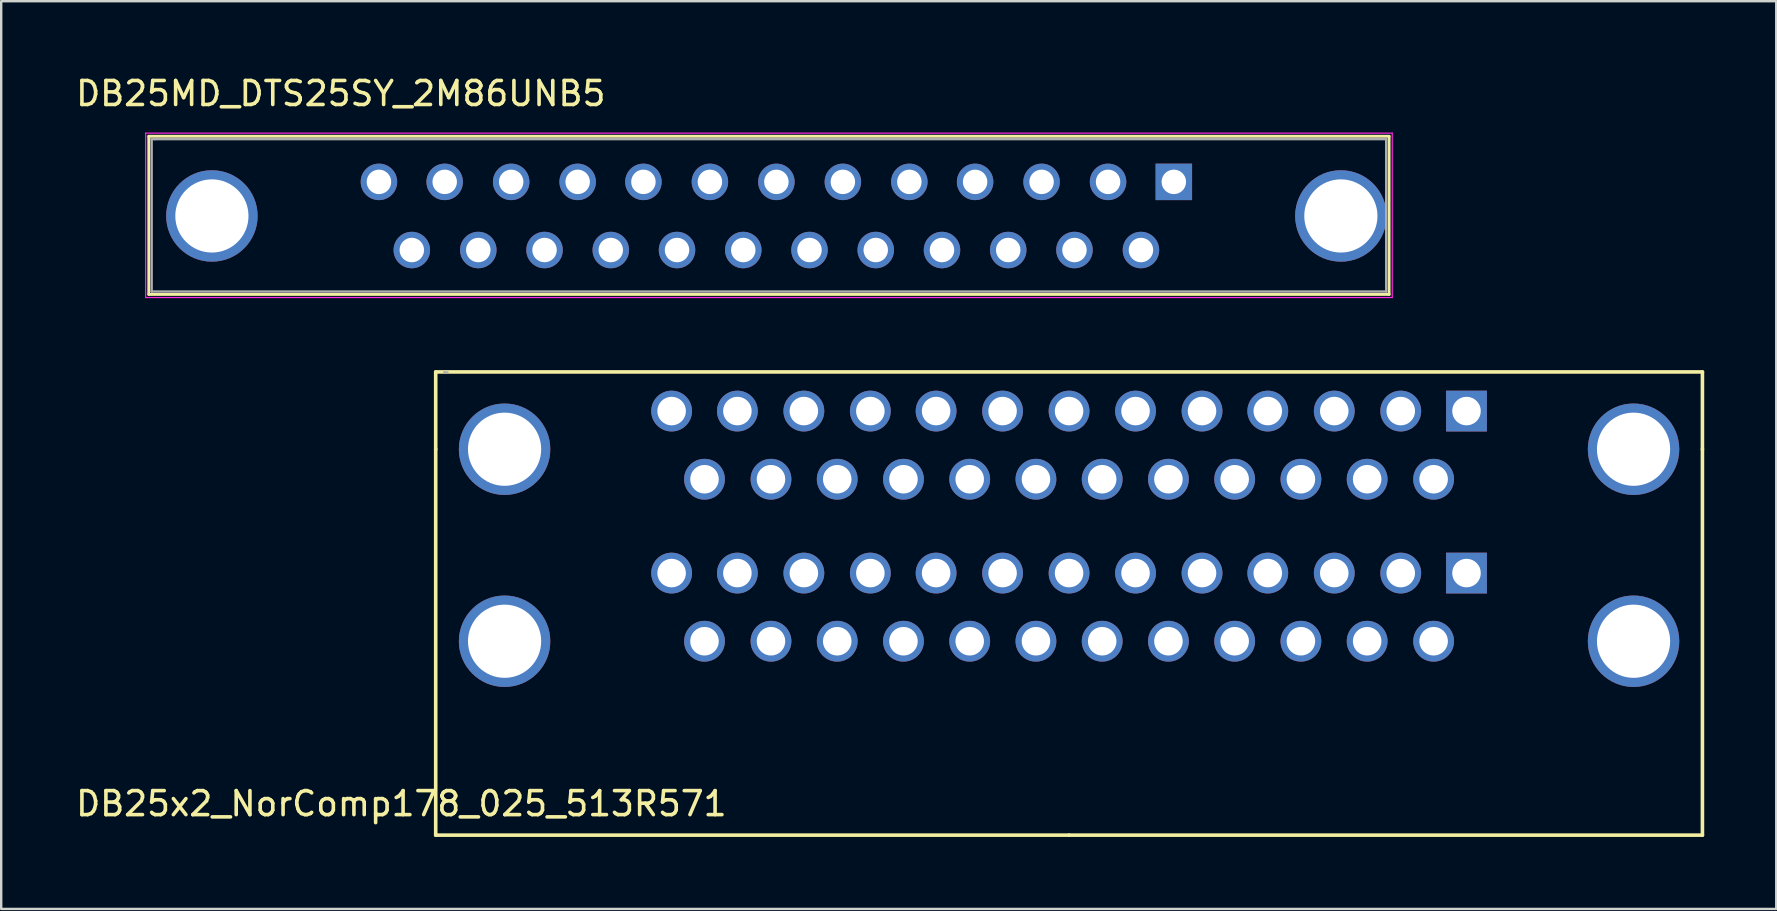
<source format=kicad_pcb>
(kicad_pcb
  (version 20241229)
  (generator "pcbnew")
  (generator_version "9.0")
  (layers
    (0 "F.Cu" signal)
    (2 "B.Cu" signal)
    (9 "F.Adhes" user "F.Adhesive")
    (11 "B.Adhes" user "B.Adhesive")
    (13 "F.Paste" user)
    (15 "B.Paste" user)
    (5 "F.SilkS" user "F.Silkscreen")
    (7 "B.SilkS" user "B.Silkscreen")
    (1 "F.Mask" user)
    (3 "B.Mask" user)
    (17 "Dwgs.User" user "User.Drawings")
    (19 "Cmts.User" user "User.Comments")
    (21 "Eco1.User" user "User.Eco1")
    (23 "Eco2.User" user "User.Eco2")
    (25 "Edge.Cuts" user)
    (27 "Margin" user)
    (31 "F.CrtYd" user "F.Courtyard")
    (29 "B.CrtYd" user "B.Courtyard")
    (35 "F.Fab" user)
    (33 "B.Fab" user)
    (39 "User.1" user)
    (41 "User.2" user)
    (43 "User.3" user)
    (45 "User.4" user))
  (footprint "DB25MD_DTS25SY_2M86UNB5"
    (layer "F.Cu")
    (at 29.299 5.948)
    (property "Reference" "DB25MD_DTS25SY_2M86UNB5" (at -18.15 -5.1 180) (layer "F.SilkS") (effects (font (size 1 1) (thickness 0.15))))
    (attr through_hole)
    (fp_line (start -26.15 -3.32) (end -26.15 3.27) (stroke (width 0.12) (type solid)) (layer "F.SilkS"))
    (fp_line (start -26.15 -3.32) (end 25.53 -3.32) (stroke (width 0.12) (type solid)) (layer "F.SilkS"))
    (fp_line (start 25.53 3.27) (end -26.15 3.27) (stroke (width 0.12) (type solid)) (layer "F.SilkS"))
    (fp_line (start 25.53 3.27) (end 25.53 -3.32) (stroke (width 0.12) (type solid)) (layer "F.SilkS"))
    (fp_line (start -26.28 -3.45) (end -26.28 3.4) (stroke (width 0.05) (type solid)) (layer "F.CrtYd"))
    (fp_line (start -26.28 -3.45) (end 25.66 -3.45) (stroke (width 0.05) (type solid)) (layer "F.CrtYd"))
    (fp_line (start 25.66 3.4) (end -26.28 3.4) (stroke (width 0.05) (type solid)) (layer "F.CrtYd"))
    (fp_line (start 25.66 3.4) (end 25.66 -3.45) (stroke (width 0.05) (type solid)) (layer "F.CrtYd"))
    (fp_line (start -26.03 -3.2) (end -26.03 -3.2) (stroke (width 0.1) (type solid)) (layer "F.Fab"))
    (fp_line (start -26.03 -3.2) (end -26.03 3.15) (stroke (width 0.1) (type solid)) (layer "F.Fab"))
    (fp_line (start -26.03 3.15) (end 25.41 3.15) (stroke (width 0.1) (type solid)) (layer "F.Fab"))
    (fp_line (start -25.9 -3.2) (end -26.03 -3.2) (stroke (width 0.1) (type solid)) (layer "F.Fab"))
    (fp_line (start 25.41 -3.2) (end -25.9 -3.2) (stroke (width 0.1) (type solid)) (layer "F.Fab"))
    (fp_line (start 25.41 3.15) (end 25.41 -3.2) (stroke (width 0.1) (type solid)) (layer "F.Fab"))
    (pad "0" thru_hole circle (at -23.52 0) (size 3.81 3.81) (drill 3.05) (layers "*.Cu" "*.Mask"))
    (pad "0" thru_hole circle (at 23.52 0) (size 3.81 3.81) (drill 3.05) (layers "*.Cu" "*.Mask"))
    (pad "1" thru_hole rect (at 16.56 -1.42) (size 1.52 1.52) (drill 1.02) (layers "*.Cu" "*.Mask"))
    (pad "2" thru_hole circle (at 13.82 -1.42) (size 1.52 1.52) (drill 1.02) (layers "*.Cu" "*.Mask"))
    (pad "3" thru_hole circle (at 11.05 -1.42) (size 1.52 1.52) (drill 1.02) (layers "*.Cu" "*.Mask"))
    (pad "4" thru_hole circle (at 8.28 -1.42) (size 1.52 1.52) (drill 1.02) (layers "*.Cu" "*.Mask"))
    (pad "5" thru_hole circle (at 5.54 -1.42) (size 1.52 1.52) (drill 1.02) (layers "*.Cu" "*.Mask"))
    (pad "6" thru_hole circle (at 2.77 -1.42) (size 1.52 1.52) (drill 1.02) (layers "*.Cu" "*.Mask"))
    (pad "7" thru_hole circle (at 0 -1.42) (size 1.52 1.52) (drill 1.02) (layers "*.Cu" "*.Mask"))
    (pad "8" thru_hole circle (at -2.77 -1.42) (size 1.52 1.52) (drill 1.02) (layers "*.Cu" "*.Mask"))
    (pad "9" thru_hole circle (at -5.54 -1.42) (size 1.52 1.52) (drill 1.02) (layers "*.Cu" "*.Mask"))
    (pad "10" thru_hole circle (at -8.28 -1.42) (size 1.52 1.52) (drill 1.02) (layers "*.Cu" "*.Mask"))
    (pad "11" thru_hole circle (at -11.05 -1.42) (size 1.52 1.52) (drill 1.02) (layers "*.Cu" "*.Mask"))
    (pad "12" thru_hole circle (at -13.82 -1.42) (size 1.52 1.52) (drill 1.02) (layers "*.Cu" "*.Mask"))
    (pad "13" thru_hole circle (at -16.56 -1.42) (size 1.52 1.52) (drill 1.02) (layers "*.Cu" "*.Mask"))
    (pad "14" thru_hole circle (at 15.19 1.42) (size 1.52 1.52) (drill 1.02) (layers "*.Cu" "*.Mask"))
    (pad "15" thru_hole circle (at 12.42 1.42) (size 1.52 1.52) (drill 1.02) (layers "*.Cu" "*.Mask"))
    (pad "16" thru_hole circle (at 9.66 1.42) (size 1.52 1.52) (drill 1.02) (layers "*.Cu" "*.Mask"))
    (pad "17" thru_hole circle (at 6.9 1.42) (size 1.52 1.52) (drill 1.02) (layers "*.Cu" "*.Mask"))
    (pad "18" thru_hole circle (at 4.14 1.42) (size 1.52 1.52) (drill 1.02) (layers "*.Cu" "*.Mask"))
    (pad "19" thru_hole circle (at 1.38 1.42) (size 1.52 1.52) (drill 1.02) (layers "*.Cu" "*.Mask"))
    (pad "20" thru_hole circle (at -1.38 1.42) (size 1.52 1.52) (drill 1.02) (layers "*.Cu" "*.Mask"))
    (pad "21" thru_hole circle (at -4.14 1.42) (size 1.52 1.52) (drill 1.02) (layers "*.Cu" "*.Mask"))
    (pad "22" thru_hole circle (at -6.9 1.42) (size 1.52 1.52) (drill 1.02) (layers "*.Cu" "*.Mask"))
    (pad "23" thru_hole circle (at -9.66 1.42) (size 1.52 1.52) (drill 1.02) (layers "*.Cu" "*.Mask"))
    (pad "24" thru_hole circle (at -12.42 1.42) (size 1.52 1.52) (drill 1.02) (layers "*.Cu" "*.Mask"))
    (pad "25" thru_hole circle (at -15.19 1.42) (size 1.52 1.52) (drill 1.02) (layers "*.Cu" "*.Mask")))
  (footprint "DB25x2_NorComp178_025_513R571"
    (layer "F.Cu")
    (at 41.494 15.668)
    (property "Reference" "DB25x2_NorComp178_025_513R571" (at -27.821 14.769 180) (layer "F.SilkS") (effects (font (size 1 1) (thickness 0.15))))
    (attr through_hole)
    (fp_line (start -26.39 -3.22) (end -26.39 0) (stroke (width 0.15) (type solid)) (layer "F.SilkS"))
    (fp_line (start -26.39 16.08) (end -26.39 0) (stroke (width 0.15) (type solid)) (layer "F.SilkS"))
    (fp_line (start 0 16.08) (end -26.39 16.08) (stroke (width 0.15) (type solid)) (layer "F.SilkS"))
    (fp_line (start 0 16.08) (end 26.39 16.08) (stroke (width 0.15) (type solid)) (layer "F.SilkS"))
    (fp_line (start 26.39 -3.22) (end -26.39 -3.22) (stroke (width 0.15) (type solid)) (layer "F.SilkS"))
    (fp_line (start 26.39 0) (end 26.39 -3.22) (stroke (width 0.15) (type solid)) (layer "F.SilkS"))
    (fp_line (start 26.39 16.08) (end 26.39 0) (stroke (width 0.15) (type solid)) (layer "F.SilkS"))
    (fp_line (start -26.03 -3.2) (end -26.03 -3.2) (stroke (width 0.1) (type solid)) (layer "F.Fab"))
    (fp_line (start -25.9 -3.2) (end -26.03 -3.2) (stroke (width 0.1) (type solid)) (layer "F.Fab"))
    (pad "0" thru_hole circle (at -23.52 0) (size 3.81 3.81) (drill 3.05) (layers "*.Cu" "*.Mask"))
    (pad "0" thru_hole circle (at -23.52 8) (size 3.81 3.81) (drill 3.05) (layers "*.Cu" "*.Mask"))
    (pad "0" thru_hole circle (at 23.52 0) (size 3.81 3.81) (drill 3.05) (layers "*.Cu" "*.Mask"))
    (pad "0" thru_hole circle (at 23.52 8) (size 3.81 3.81) (drill 3.05) (layers "*.Cu" "*.Mask"))
    (pad "1" thru_hole rect (at 16.56 -1.59) (size 1.7 1.7) (drill 1.19) (layers "*.Cu" "*.Mask"))
    (pad "1" thru_hole rect (at 16.56 5.16) (size 1.7 1.7) (drill 1.19) (layers "*.Cu" "*.Mask"))
    (pad "2" thru_hole circle (at 13.82 -1.59) (size 1.7 1.7) (drill 1.19) (layers "*.Cu" "*.Mask"))
    (pad "2" thru_hole circle (at 13.82 5.16) (size 1.7 1.7) (drill 1.19) (layers "*.Cu" "*.Mask"))
    (pad "3" thru_hole circle (at 11.05 -1.59) (size 1.7 1.7) (drill 1.19) (layers "*.Cu" "*.Mask"))
    (pad "3" thru_hole circle (at 11.05 5.16) (size 1.7 1.7) (drill 1.19) (layers "*.Cu" "*.Mask"))
    (pad "4" thru_hole circle (at 8.28 -1.59) (size 1.7 1.7) (drill 1.19) (layers "*.Cu" "*.Mask"))
    (pad "4" thru_hole circle (at 8.28 5.16) (size 1.7 1.7) (drill 1.19) (layers "*.Cu" "*.Mask"))
    (pad "5" thru_hole circle (at 5.54 -1.59) (size 1.7 1.7) (drill 1.19) (layers "*.Cu" "*.Mask"))
    (pad "5" thru_hole circle (at 5.54 5.16) (size 1.7 1.7) (drill 1.19) (layers "*.Cu" "*.Mask"))
    (pad "6" thru_hole circle (at 2.77 -1.59) (size 1.7 1.7) (drill 1.19) (layers "*.Cu" "*.Mask"))
    (pad "6" thru_hole circle (at 2.77 5.16) (size 1.7 1.7) (drill 1.19) (layers "*.Cu" "*.Mask"))
    (pad "7" thru_hole circle (at 0 -1.59) (size 1.7 1.7) (drill 1.19) (layers "*.Cu" "*.Mask"))
    (pad "7" thru_hole circle (at 0 5.16) (size 1.7 1.7) (drill 1.19) (layers "*.Cu" "*.Mask"))
    (pad "8" thru_hole circle (at -2.77 -1.59) (size 1.7 1.7) (drill 1.19) (layers "*.Cu" "*.Mask"))
    (pad "8" thru_hole circle (at -2.77 5.16) (size 1.7 1.7) (drill 1.19) (layers "*.Cu" "*.Mask"))
    (pad "9" thru_hole circle (at -5.54 -1.59) (size 1.7 1.7) (drill 1.19) (layers "*.Cu" "*.Mask"))
    (pad "9" thru_hole circle (at -5.54 5.16) (size 1.7 1.7) (drill 1.19) (layers "*.Cu" "*.Mask"))
    (pad "10" thru_hole circle (at -8.28 -1.59) (size 1.7 1.7) (drill 1.19) (layers "*.Cu" "*.Mask"))
    (pad "10" thru_hole circle (at -8.28 5.16) (size 1.7 1.7) (drill 1.19) (layers "*.Cu" "*.Mask"))
    (pad "11" thru_hole circle (at -11.05 -1.59) (size 1.7 1.7) (drill 1.19) (layers "*.Cu" "*.Mask"))
    (pad "11" thru_hole circle (at -11.05 5.16) (size 1.7 1.7) (drill 1.19) (layers "*.Cu" "*.Mask"))
    (pad "12" thru_hole circle (at -13.82 -1.59) (size 1.7 1.7) (drill 1.19) (layers "*.Cu" "*.Mask"))
    (pad "12" thru_hole circle (at -13.82 5.16) (size 1.7 1.7) (drill 1.19) (layers "*.Cu" "*.Mask"))
    (pad "13" thru_hole circle (at -16.56 -1.59) (size 1.7 1.7) (drill 1.19) (layers "*.Cu" "*.Mask"))
    (pad "13" thru_hole circle (at -16.56 5.16) (size 1.7 1.7) (drill 1.19) (layers "*.Cu" "*.Mask"))
    (pad "14" thru_hole circle (at 15.19 1.25) (size 1.7 1.7) (drill 1.19) (layers "*.Cu" "*.Mask"))
    (pad "14" thru_hole circle (at 15.19 8) (size 1.7 1.7) (drill 1.19) (layers "*.Cu" "*.Mask"))
    (pad "15" thru_hole circle (at 12.42 1.25) (size 1.7 1.7) (drill 1.19) (layers "*.Cu" "*.Mask"))
    (pad "15" thru_hole circle (at 12.42 8) (size 1.7 1.7) (drill 1.19) (layers "*.Cu" "*.Mask"))
    (pad "16" thru_hole circle (at 9.66 1.25) (size 1.7 1.7) (drill 1.19) (layers "*.Cu" "*.Mask"))
    (pad "16" thru_hole circle (at 9.66 8) (size 1.7 1.7) (drill 1.19) (layers "*.Cu" "*.Mask"))
    (pad "17" thru_hole circle (at 6.9 1.25) (size 1.7 1.7) (drill 1.19) (layers "*.Cu" "*.Mask"))
    (pad "17" thru_hole circle (at 6.9 8) (size 1.7 1.7) (drill 1.19) (layers "*.Cu" "*.Mask"))
    (pad "18" thru_hole circle (at 4.14 1.25) (size 1.7 1.7) (drill 1.19) (layers "*.Cu" "*.Mask"))
    (pad "18" thru_hole circle (at 4.14 8) (size 1.7 1.7) (drill 1.19) (layers "*.Cu" "*.Mask"))
    (pad "19" thru_hole circle (at 1.38 1.25) (size 1.7 1.7) (drill 1.19) (layers "*.Cu" "*.Mask"))
    (pad "19" thru_hole circle (at 1.38 8) (size 1.7 1.7) (drill 1.19) (layers "*.Cu" "*.Mask"))
    (pad "20" thru_hole circle (at -1.38 1.25) (size 1.7 1.7) (drill 1.19) (layers "*.Cu" "*.Mask"))
    (pad "20" thru_hole circle (at -1.38 8) (size 1.7 1.7) (drill 1.19) (layers "*.Cu" "*.Mask"))
    (pad "21" thru_hole circle (at -4.14 1.25) (size 1.7 1.7) (drill 1.19) (layers "*.Cu" "*.Mask"))
    (pad "21" thru_hole circle (at -4.14 8) (size 1.7 1.7) (drill 1.19) (layers "*.Cu" "*.Mask"))
    (pad "22" thru_hole circle (at -6.9 1.25) (size 1.7 1.7) (drill 1.19) (layers "*.Cu" "*.Mask"))
    (pad "22" thru_hole circle (at -6.9 8) (size 1.7 1.7) (drill 1.19) (layers "*.Cu" "*.Mask"))
    (pad "23" thru_hole circle (at -9.66 1.25) (size 1.7 1.7) (drill 1.19) (layers "*.Cu" "*.Mask"))
    (pad "23" thru_hole circle (at -9.66 8) (size 1.7 1.7) (drill 1.19) (layers "*.Cu" "*.Mask"))
    (pad "24" thru_hole circle (at -12.42 1.25) (size 1.7 1.7) (drill 1.19) (layers "*.Cu" "*.Mask"))
    (pad "24" thru_hole circle (at -12.42 8) (size 1.7 1.7) (drill 1.19) (layers "*.Cu" "*.Mask"))
    (pad "25" thru_hole circle (at -15.19 1.25) (size 1.7 1.7) (drill 1.19) (layers "*.Cu" "*.Mask"))
    (pad "25" thru_hole circle (at -15.19 8) (size 1.7 1.7) (drill 1.19) (layers "*.Cu" "*.Mask")))
  (gr_rect
    (start -3 -3)
    (end 70.959 34.823)
    (stroke (width 0.1) (type default))
    (fill no)
    (layer "Edge.Cuts")))
</source>
